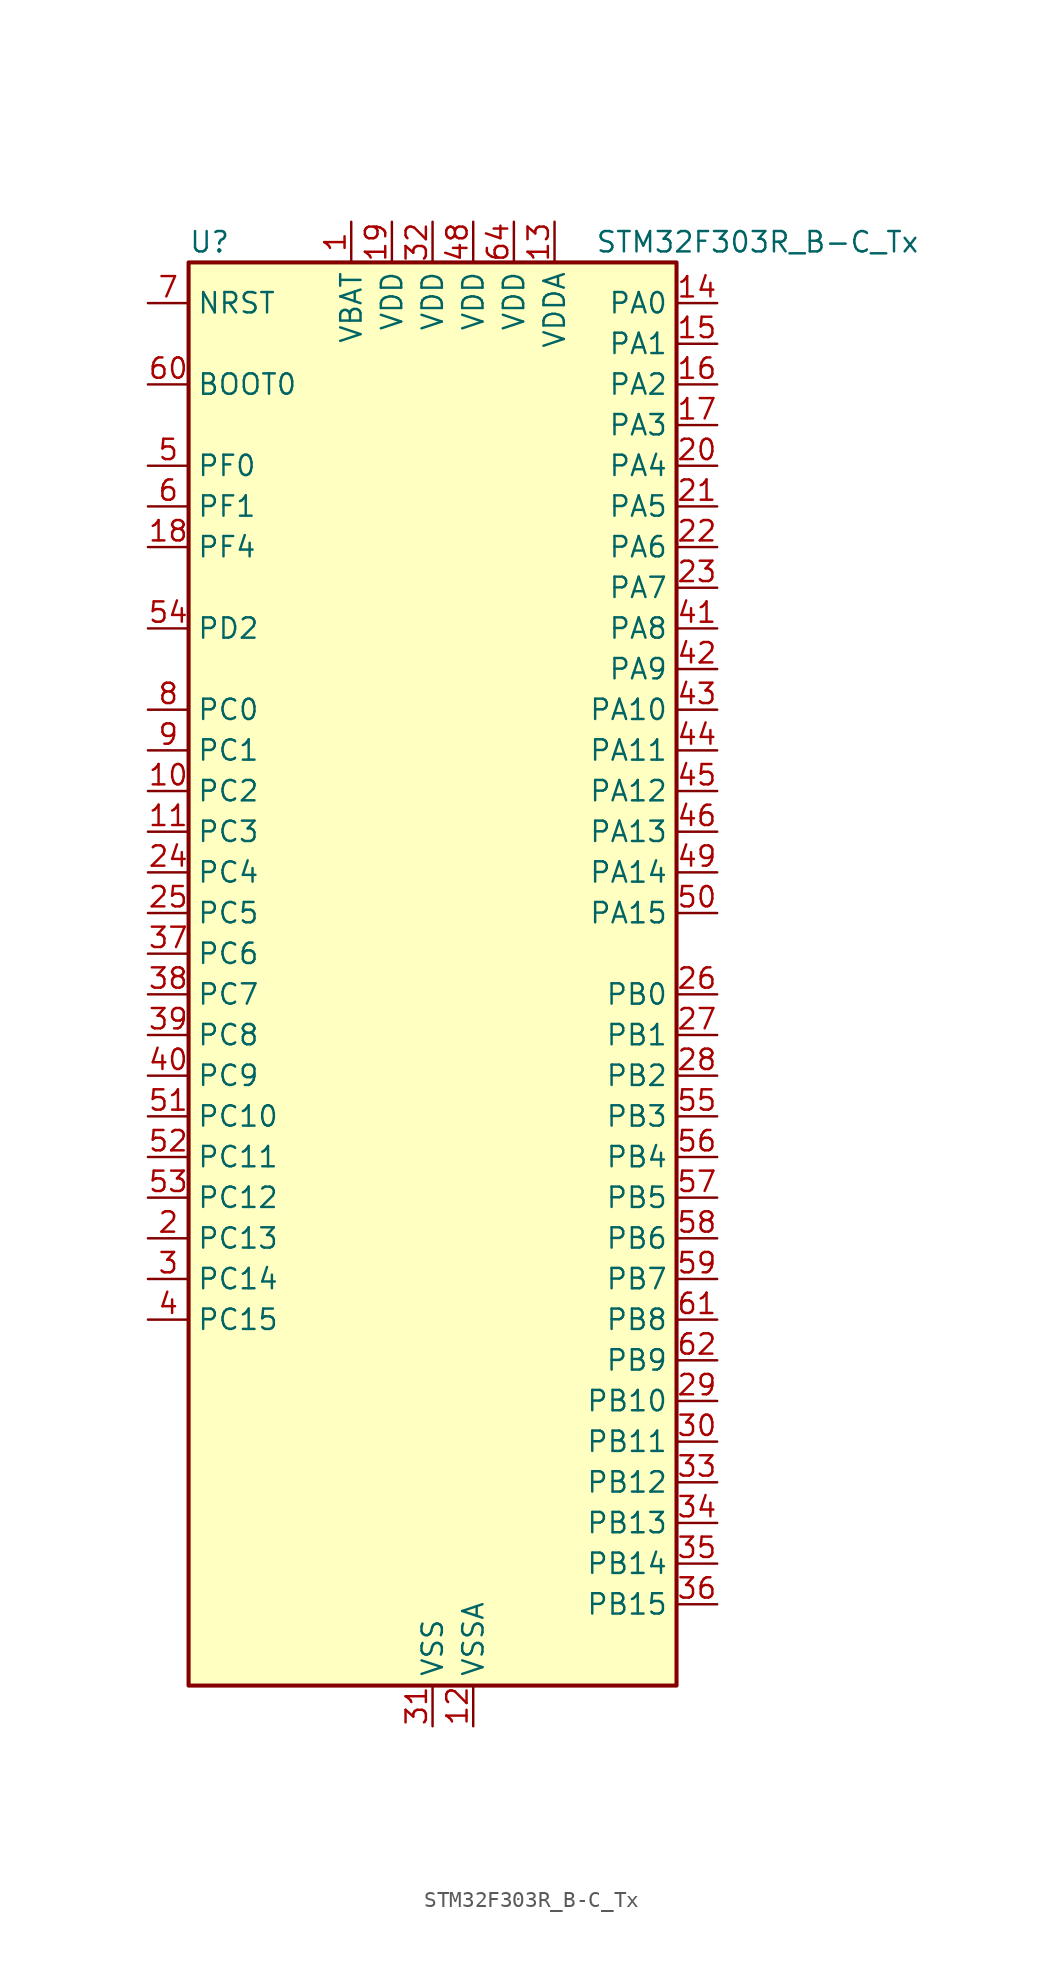
<source format=kicad_sym>
(kicad_symbol_lib
  (version 20231120)
  (generator "kicad_symbol_editor")
  (generator_version "8.0")
  (symbol "STM32F303R_B-C_Tx"
    (property "Reference" "U"
      (at -15.24 46.99 0)
      (effects (font (size 1.27 1.27)) (justify left)))
    (property "Value" "STM32F303R_B-C_Tx"
      (at 10.16 46.99 0)
      (effects (font (size 1.27 1.27)) (justify left)))
    (property "ki_locked" ""
      (at 0 0 0)
      (effects (font (size 1.27 1.27))))
    (symbol "STM32F303R_B-C_Tx_0_1"
      (rectangle (start -15.24 -43.18) (end 15.24 45.72) (stroke (width 0.254) (type default)) (fill (type background))))
    (symbol "STM32F303R_B-C_Tx_1_1"
      (pin power_in line (at -5.08 48.26 270) (length 2.54) (name "VBAT" (effects (font (size 1.27 1.27)))) (number "1" (effects (font (size 1.27 1.27)))))
      (pin bidirectional line (at -17.78 12.7 0) (length 2.54) (name "PC2" (effects (font (size 1.27 1.27)))) (number "10" (effects (font (size 1.27 1.27)))) (alternate "ADC1_IN8" bidirectional line) (alternate "ADC2_IN8" bidirectional line) (alternate "ADC3_EXTI2" bidirectional line) (alternate "ADC4_EXTI2" bidirectional line) (alternate "COMP7_OUT" bidirectional line))
      (pin bidirectional line (at -17.78 10.16 0) (length 2.54) (name "PC3" (effects (font (size 1.27 1.27)))) (number "11" (effects (font (size 1.27 1.27)))) (alternate "ADC1_IN9" bidirectional line) (alternate "ADC2_IN9" bidirectional line) (alternate "TIM1_BKIN2" bidirectional line))
      (pin power_in line (at 2.54 -45.72 90) (length 2.54) (name "VSSA" (effects (font (size 1.27 1.27)))) (number "12" (effects (font (size 1.27 1.27)))))
      (pin power_in line (at 7.62 48.26 270) (length 2.54) (name "VDDA" (effects (font (size 1.27 1.27)))) (number "13" (effects (font (size 1.27 1.27)))))
      (pin bidirectional line (at 17.78 43.18 180) (length 2.54) (name "PA0" (effects (font (size 1.27 1.27)))) (number "14" (effects (font (size 1.27 1.27)))) (alternate "ADC1_IN1" bidirectional line) (alternate "COMP1_INM" bidirectional line) (alternate "COMP1_OUT" bidirectional line) (alternate "COMP7_INP" bidirectional line) (alternate "RTC_TAMP2" bidirectional line) (alternate "SYS_WKUP1" bidirectional line) (alternate "TIM2_CH1" bidirectional line) (alternate "TIM2_ETR" bidirectional line) (alternate "TIM8_BKIN" bidirectional line) (alternate "TIM8_ETR" bidirectional line) (alternate "TSC_G1_IO1" bidirectional line) (alternate "USART2_CTS" bidirectional line))
      (pin bidirectional line (at 17.78 40.64 180) (length 2.54) (name "PA1" (effects (font (size 1.27 1.27)))) (number "15" (effects (font (size 1.27 1.27)))) (alternate "ADC1_IN2" bidirectional line) (alternate "COMP1_INP" bidirectional line) (alternate "OPAMP1_VINP" bidirectional line) (alternate "OPAMP1_VINP_SEC" bidirectional line) (alternate "OPAMP3_VINP" bidirectional line) (alternate "OPAMP3_VINP_SEC" bidirectional line) (alternate "RTC_REFIN" bidirectional line) (alternate "TIM15_CH1N" bidirectional line) (alternate "TIM2_CH2" bidirectional line) (alternate "TSC_G1_IO2" bidirectional line) (alternate "USART2_DE" bidirectional line) (alternate "USART2_RTS" bidirectional line))
      (pin bidirectional line (at 17.78 38.1 180) (length 2.54) (name "PA2" (effects (font (size 1.27 1.27)))) (number "16" (effects (font (size 1.27 1.27)))) (alternate "ADC1_IN3" bidirectional line) (alternate "ADC3_EXTI2" bidirectional line) (alternate "ADC4_EXTI2" bidirectional line) (alternate "COMP2_INM" bidirectional line) (alternate "COMP2_OUT" bidirectional line) (alternate "OPAMP1_VOUT" bidirectional line) (alternate "TIM15_CH1" bidirectional line) (alternate "TIM2_CH3" bidirectional line) (alternate "TSC_G1_IO3" bidirectional line) (alternate "USART2_TX" bidirectional line))
      (pin bidirectional line (at 17.78 35.56 180) (length 2.54) (name "PA3" (effects (font (size 1.27 1.27)))) (number "17" (effects (font (size 1.27 1.27)))) (alternate "ADC1_IN4" bidirectional line) (alternate "COMP2_INP" bidirectional line) (alternate "OPAMP1_VINM" bidirectional line) (alternate "OPAMP1_VINM_SEC" bidirectional line) (alternate "OPAMP1_VINP" bidirectional line) (alternate "OPAMP1_VINP_SEC" bidirectional line) (alternate "TIM15_CH2" bidirectional line) (alternate "TIM2_CH4" bidirectional line) (alternate "TSC_G1_IO4" bidirectional line) (alternate "USART2_RX" bidirectional line))
      (pin bidirectional line (at -17.78 27.94 0) (length 2.54) (name "PF4" (effects (font (size 1.27 1.27)))) (number "18" (effects (font (size 1.27 1.27)))) (alternate "ADC1_IN5" bidirectional line) (alternate "COMP1_OUT" bidirectional line))
      (pin power_in line (at -2.54 48.26 270) (length 2.54) (name "VDD" (effects (font (size 1.27 1.27)))) (number "19" (effects (font (size 1.27 1.27)))))
      (pin bidirectional line (at -17.78 -15.24 0) (length 2.54) (name "PC13" (effects (font (size 1.27 1.27)))) (number "2" (effects (font (size 1.27 1.27)))) (alternate "RTC_OUT_ALARM" bidirectional line) (alternate "RTC_OUT_CALIB" bidirectional line) (alternate "RTC_TAMP1" bidirectional line) (alternate "RTC_TS" bidirectional line) (alternate "SYS_WKUP2" bidirectional line) (alternate "TIM1_CH1N" bidirectional line))
      (pin bidirectional line (at 17.78 33.02 180) (length 2.54) (name "PA4" (effects (font (size 1.27 1.27)))) (number "20" (effects (font (size 1.27 1.27)))) (alternate "ADC2_IN1" bidirectional line) (alternate "COMP1_INM" bidirectional line) (alternate "COMP2_INM" bidirectional line) (alternate "COMP3_INM" bidirectional line) (alternate "COMP4_INM" bidirectional line) (alternate "COMP5_INM" bidirectional line) (alternate "COMP6_INM" bidirectional line) (alternate "COMP7_INM" bidirectional line) (alternate "DAC_OUT1" bidirectional line) (alternate "I2S3_WS" bidirectional line) (alternate "OPAMP4_VINP" bidirectional line) (alternate "OPAMP4_VINP_SEC" bidirectional line) (alternate "SPI1_NSS" bidirectional line) (alternate "SPI3_NSS" bidirectional line) (alternate "TIM3_CH2" bidirectional line) (alternate "TSC_G2_IO1" bidirectional line) (alternate "USART2_CK" bidirectional line))
      (pin bidirectional line (at 17.78 30.48 180) (length 2.54) (name "PA5" (effects (font (size 1.27 1.27)))) (number "21" (effects (font (size 1.27 1.27)))) (alternate "ADC2_IN2" bidirectional line) (alternate "COMP1_INM" bidirectional line) (alternate "COMP2_INM" bidirectional line) (alternate "COMP3_INM" bidirectional line) (alternate "COMP4_INM" bidirectional line) (alternate "COMP5_INM" bidirectional line) (alternate "COMP6_INM" bidirectional line) (alternate "COMP7_INM" bidirectional line) (alternate "DAC_OUT2" bidirectional line) (alternate "OPAMP1_VINP" bidirectional line) (alternate "OPAMP1_VINP_SEC" bidirectional line) (alternate "OPAMP2_VINM" bidirectional line) (alternate "OPAMP2_VINM_SEC" bidirectional line) (alternate "OPAMP3_VINP" bidirectional line) (alternate "OPAMP3_VINP_SEC" bidirectional line) (alternate "SPI1_SCK" bidirectional line) (alternate "TIM2_CH1" bidirectional line) (alternate "TIM2_ETR" bidirectional line) (alternate "TSC_G2_IO2" bidirectional line))
      (pin bidirectional line (at 17.78 27.94 180) (length 2.54) (name "PA6" (effects (font (size 1.27 1.27)))) (number "22" (effects (font (size 1.27 1.27)))) (alternate "ADC2_IN3" bidirectional line) (alternate "COMP1_OUT" bidirectional line) (alternate "OPAMP2_VOUT" bidirectional line) (alternate "SPI1_MISO" bidirectional line) (alternate "TIM16_CH1" bidirectional line) (alternate "TIM1_BKIN" bidirectional line) (alternate "TIM3_CH1" bidirectional line) (alternate "TIM8_BKIN" bidirectional line) (alternate "TSC_G2_IO3" bidirectional line))
      (pin bidirectional line (at 17.78 25.4 180) (length 2.54) (name "PA7" (effects (font (size 1.27 1.27)))) (number "23" (effects (font (size 1.27 1.27)))) (alternate "ADC2_IN4" bidirectional line) (alternate "COMP2_INP" bidirectional line) (alternate "COMP2_OUT" bidirectional line) (alternate "OPAMP1_VINP" bidirectional line) (alternate "OPAMP1_VINP_SEC" bidirectional line) (alternate "OPAMP2_VINP" bidirectional line) (alternate "OPAMP2_VINP_SEC" bidirectional line) (alternate "SPI1_MOSI" bidirectional line) (alternate "TIM17_CH1" bidirectional line) (alternate "TIM1_CH1N" bidirectional line) (alternate "TIM3_CH2" bidirectional line) (alternate "TIM8_CH1N" bidirectional line) (alternate "TSC_G2_IO4" bidirectional line))
      (pin bidirectional line (at -17.78 7.62 0) (length 2.54) (name "PC4" (effects (font (size 1.27 1.27)))) (number "24" (effects (font (size 1.27 1.27)))) (alternate "ADC2_IN5" bidirectional line) (alternate "USART1_TX" bidirectional line))
      (pin bidirectional line (at -17.78 5.08 0) (length 2.54) (name "PC5" (effects (font (size 1.27 1.27)))) (number "25" (effects (font (size 1.27 1.27)))) (alternate "ADC2_IN11" bidirectional line) (alternate "OPAMP1_VINM" bidirectional line) (alternate "OPAMP1_VINM_SEC" bidirectional line) (alternate "OPAMP2_VINM" bidirectional line) (alternate "OPAMP2_VINM_SEC" bidirectional line) (alternate "TSC_G3_IO1" bidirectional line) (alternate "USART1_RX" bidirectional line))
      (pin bidirectional line (at 17.78 0 180) (length 2.54) (name "PB0" (effects (font (size 1.27 1.27)))) (number "26" (effects (font (size 1.27 1.27)))) (alternate "ADC3_IN12" bidirectional line) (alternate "COMP4_INP" bidirectional line) (alternate "OPAMP2_VINP" bidirectional line) (alternate "OPAMP2_VINP_SEC" bidirectional line) (alternate "OPAMP3_VINP" bidirectional line) (alternate "OPAMP3_VINP_SEC" bidirectional line) (alternate "TIM1_CH2N" bidirectional line) (alternate "TIM3_CH3" bidirectional line) (alternate "TIM8_CH2N" bidirectional line) (alternate "TSC_G3_IO2" bidirectional line))
      (pin bidirectional line (at 17.78 -2.54 180) (length 2.54) (name "PB1" (effects (font (size 1.27 1.27)))) (number "27" (effects (font (size 1.27 1.27)))) (alternate "ADC3_IN1" bidirectional line) (alternate "COMP4_OUT" bidirectional line) (alternate "OPAMP3_VOUT" bidirectional line) (alternate "TIM1_CH3N" bidirectional line) (alternate "TIM3_CH4" bidirectional line) (alternate "TIM8_CH3N" bidirectional line) (alternate "TSC_G3_IO3" bidirectional line))
      (pin bidirectional line (at 17.78 -5.08 180) (length 2.54) (name "PB2" (effects (font (size 1.27 1.27)))) (number "28" (effects (font (size 1.27 1.27)))) (alternate "ADC2_IN12" bidirectional line) (alternate "ADC3_EXTI2" bidirectional line) (alternate "ADC4_EXTI2" bidirectional line) (alternate "COMP4_INM" bidirectional line) (alternate "OPAMP3_VINM" bidirectional line) (alternate "OPAMP3_VINM_SEC" bidirectional line) (alternate "TSC_G3_IO4" bidirectional line))
      (pin bidirectional line (at 17.78 -25.4 180) (length 2.54) (name "PB10" (effects (font (size 1.27 1.27)))) (number "29" (effects (font (size 1.27 1.27)))) (alternate "COMP5_INM" bidirectional line) (alternate "OPAMP3_VINM" bidirectional line) (alternate "OPAMP3_VINM_SEC" bidirectional line) (alternate "OPAMP4_VINM" bidirectional line) (alternate "OPAMP4_VINM_SEC" bidirectional line) (alternate "TIM2_CH3" bidirectional line) (alternate "TSC_SYNC" bidirectional line) (alternate "USART3_TX" bidirectional line))
      (pin bidirectional line (at -17.78 -17.78 0) (length 2.54) (name "PC14" (effects (font (size 1.27 1.27)))) (number "3" (effects (font (size 1.27 1.27)))) (alternate "RCC_OSC32_IN" bidirectional line))
      (pin bidirectional line (at 17.78 -27.94 180) (length 2.54) (name "PB11" (effects (font (size 1.27 1.27)))) (number "30" (effects (font (size 1.27 1.27)))) (alternate "ADC1_EXTI11" bidirectional line) (alternate "ADC2_EXTI11" bidirectional line) (alternate "COMP6_INP" bidirectional line) (alternate "OPAMP4_VINP" bidirectional line) (alternate "OPAMP4_VINP_SEC" bidirectional line) (alternate "TIM2_CH4" bidirectional line) (alternate "TSC_G6_IO1" bidirectional line) (alternate "USART3_RX" bidirectional line))
      (pin power_in line (at 0 -45.72 90) (length 2.54) (name "VSS" (effects (font (size 1.27 1.27)))) (number "31" (effects (font (size 1.27 1.27)))))
      (pin power_in line (at 0 48.26 270) (length 2.54) (name "VDD" (effects (font (size 1.27 1.27)))) (number "32" (effects (font (size 1.27 1.27)))))
      (pin bidirectional line (at 17.78 -30.48 180) (length 2.54) (name "PB12" (effects (font (size 1.27 1.27)))) (number "33" (effects (font (size 1.27 1.27)))) (alternate "ADC4_IN3" bidirectional line) (alternate "COMP3_INM" bidirectional line) (alternate "I2C2_SMBA" bidirectional line) (alternate "I2S2_WS" bidirectional line) (alternate "OPAMP4_VOUT" bidirectional line) (alternate "SPI2_NSS" bidirectional line) (alternate "TIM1_BKIN" bidirectional line) (alternate "TSC_G6_IO2" bidirectional line) (alternate "USART3_CK" bidirectional line))
      (pin bidirectional line (at 17.78 -33.02 180) (length 2.54) (name "PB13" (effects (font (size 1.27 1.27)))) (number "34" (effects (font (size 1.27 1.27)))) (alternate "ADC3_IN5" bidirectional line) (alternate "COMP5_INP" bidirectional line) (alternate "I2S2_CK" bidirectional line) (alternate "OPAMP3_VINP" bidirectional line) (alternate "OPAMP3_VINP_SEC" bidirectional line) (alternate "OPAMP4_VINP" bidirectional line) (alternate "OPAMP4_VINP_SEC" bidirectional line) (alternate "SPI2_SCK" bidirectional line) (alternate "TIM1_CH1N" bidirectional line) (alternate "TSC_G6_IO3" bidirectional line) (alternate "USART3_CTS" bidirectional line))
      (pin bidirectional line (at 17.78 -35.56 180) (length 2.54) (name "PB14" (effects (font (size 1.27 1.27)))) (number "35" (effects (font (size 1.27 1.27)))) (alternate "ADC4_IN4" bidirectional line) (alternate "COMP3_INP" bidirectional line) (alternate "I2S2_ext_SD" bidirectional line) (alternate "OPAMP2_VINP" bidirectional line) (alternate "OPAMP2_VINP_SEC" bidirectional line) (alternate "SPI2_MISO" bidirectional line) (alternate "TIM15_CH1" bidirectional line) (alternate "TIM1_CH2N" bidirectional line) (alternate "TSC_G6_IO4" bidirectional line) (alternate "USART3_DE" bidirectional line) (alternate "USART3_RTS" bidirectional line))
      (pin bidirectional line (at 17.78 -38.1 180) (length 2.54) (name "PB15" (effects (font (size 1.27 1.27)))) (number "36" (effects (font (size 1.27 1.27)))) (alternate "ADC1_EXTI15" bidirectional line) (alternate "ADC2_EXTI15" bidirectional line) (alternate "ADC4_IN5" bidirectional line) (alternate "COMP6_INM" bidirectional line) (alternate "I2S2_SD" bidirectional line) (alternate "RTC_REFIN" bidirectional line) (alternate "SPI2_MOSI" bidirectional line) (alternate "TIM15_CH1N" bidirectional line) (alternate "TIM15_CH2" bidirectional line) (alternate "TIM1_CH3N" bidirectional line))
      (pin bidirectional line (at -17.78 2.54 0) (length 2.54) (name "PC6" (effects (font (size 1.27 1.27)))) (number "37" (effects (font (size 1.27 1.27)))) (alternate "COMP6_OUT" bidirectional line) (alternate "I2S2_MCK" bidirectional line) (alternate "TIM3_CH1" bidirectional line) (alternate "TIM8_CH1" bidirectional line))
      (pin bidirectional line (at -17.78 0 0) (length 2.54) (name "PC7" (effects (font (size 1.27 1.27)))) (number "38" (effects (font (size 1.27 1.27)))) (alternate "COMP5_OUT" bidirectional line) (alternate "I2S3_MCK" bidirectional line) (alternate "TIM3_CH2" bidirectional line) (alternate "TIM8_CH2" bidirectional line))
      (pin bidirectional line (at -17.78 -2.54 0) (length 2.54) (name "PC8" (effects (font (size 1.27 1.27)))) (number "39" (effects (font (size 1.27 1.27)))) (alternate "COMP3_OUT" bidirectional line) (alternate "TIM3_CH3" bidirectional line) (alternate "TIM8_CH3" bidirectional line))
      (pin bidirectional line (at -17.78 -20.32 0) (length 2.54) (name "PC15" (effects (font (size 1.27 1.27)))) (number "4" (effects (font (size 1.27 1.27)))) (alternate "ADC1_EXTI15" bidirectional line) (alternate "ADC2_EXTI15" bidirectional line) (alternate "RCC_OSC32_OUT" bidirectional line))
      (pin bidirectional line (at -17.78 -5.08 0) (length 2.54) (name "PC9" (effects (font (size 1.27 1.27)))) (number "40" (effects (font (size 1.27 1.27)))) (alternate "DAC_EXTI9" bidirectional line) (alternate "I2S_CKIN" bidirectional line) (alternate "TIM3_CH4" bidirectional line) (alternate "TIM8_BKIN2" bidirectional line) (alternate "TIM8_CH4" bidirectional line))
      (pin bidirectional line (at 17.78 22.86 180) (length 2.54) (name "PA8" (effects (font (size 1.27 1.27)))) (number "41" (effects (font (size 1.27 1.27)))) (alternate "COMP3_OUT" bidirectional line) (alternate "I2C2_SMBA" bidirectional line) (alternate "I2S2_MCK" bidirectional line) (alternate "RCC_MCO" bidirectional line) (alternate "TIM1_CH1" bidirectional line) (alternate "TIM4_ETR" bidirectional line) (alternate "USART1_CK" bidirectional line))
      (pin bidirectional line (at 17.78 20.32 180) (length 2.54) (name "PA9" (effects (font (size 1.27 1.27)))) (number "42" (effects (font (size 1.27 1.27)))) (alternate "COMP5_OUT" bidirectional line) (alternate "DAC_EXTI9" bidirectional line) (alternate "I2C2_SCL" bidirectional line) (alternate "I2S3_MCK" bidirectional line) (alternate "TIM15_BKIN" bidirectional line) (alternate "TIM1_CH2" bidirectional line) (alternate "TIM2_CH3" bidirectional line) (alternate "TSC_G4_IO1" bidirectional line) (alternate "USART1_TX" bidirectional line))
      (pin bidirectional line (at 17.78 17.78 180) (length 2.54) (name "PA10" (effects (font (size 1.27 1.27)))) (number "43" (effects (font (size 1.27 1.27)))) (alternate "COMP6_OUT" bidirectional line) (alternate "I2C2_SDA" bidirectional line) (alternate "TIM17_BKIN" bidirectional line) (alternate "TIM1_CH3" bidirectional line) (alternate "TIM2_CH4" bidirectional line) (alternate "TIM8_BKIN" bidirectional line) (alternate "TSC_G4_IO2" bidirectional line) (alternate "USART1_RX" bidirectional line))
      (pin bidirectional line (at 17.78 15.24 180) (length 2.54) (name "PA11" (effects (font (size 1.27 1.27)))) (number "44" (effects (font (size 1.27 1.27)))) (alternate "ADC1_EXTI11" bidirectional line) (alternate "ADC2_EXTI11" bidirectional line) (alternate "CAN_RX" bidirectional line) (alternate "COMP1_OUT" bidirectional line) (alternate "TIM1_BKIN2" bidirectional line) (alternate "TIM1_CH1N" bidirectional line) (alternate "TIM1_CH4" bidirectional line) (alternate "TIM4_CH1" bidirectional line) (alternate "USART1_CTS" bidirectional line) (alternate "USB_DM" bidirectional line))
      (pin bidirectional line (at 17.78 12.7 180) (length 2.54) (name "PA12" (effects (font (size 1.27 1.27)))) (number "45" (effects (font (size 1.27 1.27)))) (alternate "CAN_TX" bidirectional line) (alternate "COMP2_OUT" bidirectional line) (alternate "TIM16_CH1" bidirectional line) (alternate "TIM1_CH2N" bidirectional line) (alternate "TIM1_ETR" bidirectional line) (alternate "TIM4_CH2" bidirectional line) (alternate "USART1_DE" bidirectional line) (alternate "USART1_RTS" bidirectional line) (alternate "USB_DP" bidirectional line))
      (pin bidirectional line (at 17.78 10.16 180) (length 2.54) (name "PA13" (effects (font (size 1.27 1.27)))) (number "46" (effects (font (size 1.27 1.27)))) (alternate "IR_OUT" bidirectional line) (alternate "SYS_JTMS-SWDIO" bidirectional line) (alternate "TIM16_CH1N" bidirectional line) (alternate "TIM4_CH3" bidirectional line) (alternate "TSC_G4_IO3" bidirectional line) (alternate "USART3_CTS" bidirectional line))
      (pin passive line (at 0 -45.72 90) (length 2.54) hide (name "VSS" (effects (font (size 1.27 1.27)))) (number "47" (effects (font (size 1.27 1.27)))))
      (pin power_in line (at 2.54 48.26 270) (length 2.54) (name "VDD" (effects (font (size 1.27 1.27)))) (number "48" (effects (font (size 1.27 1.27)))))
      (pin bidirectional line (at 17.78 7.62 180) (length 2.54) (name "PA14" (effects (font (size 1.27 1.27)))) (number "49" (effects (font (size 1.27 1.27)))) (alternate "I2C1_SDA" bidirectional line) (alternate "SYS_JTCK-SWCLK" bidirectional line) (alternate "TIM1_BKIN" bidirectional line) (alternate "TIM8_CH2" bidirectional line) (alternate "TSC_G4_IO4" bidirectional line) (alternate "USART2_TX" bidirectional line))
      (pin bidirectional line (at -17.78 33.02 0) (length 2.54) (name "PF0" (effects (font (size 1.27 1.27)))) (number "5" (effects (font (size 1.27 1.27)))) (alternate "I2C2_SDA" bidirectional line) (alternate "RCC_OSC_IN" bidirectional line) (alternate "TIM1_CH3N" bidirectional line))
      (pin bidirectional line (at 17.78 5.08 180) (length 2.54) (name "PA15" (effects (font (size 1.27 1.27)))) (number "50" (effects (font (size 1.27 1.27)))) (alternate "ADC1_EXTI15" bidirectional line) (alternate "ADC2_EXTI15" bidirectional line) (alternate "I2C1_SCL" bidirectional line) (alternate "I2S3_WS" bidirectional line) (alternate "SPI1_NSS" bidirectional line) (alternate "SPI3_NSS" bidirectional line) (alternate "SYS_JTDI" bidirectional line) (alternate "TIM1_BKIN" bidirectional line) (alternate "TIM2_CH1" bidirectional line) (alternate "TIM2_ETR" bidirectional line) (alternate "TIM8_CH1" bidirectional line) (alternate "USART2_RX" bidirectional line))
      (pin bidirectional line (at -17.78 -7.62 0) (length 2.54) (name "PC10" (effects (font (size 1.27 1.27)))) (number "51" (effects (font (size 1.27 1.27)))) (alternate "I2S3_CK" bidirectional line) (alternate "SPI3_SCK" bidirectional line) (alternate "TIM8_CH1N" bidirectional line) (alternate "UART4_TX" bidirectional line) (alternate "USART3_TX" bidirectional line))
      (pin bidirectional line (at -17.78 -10.16 0) (length 2.54) (name "PC11" (effects (font (size 1.27 1.27)))) (number "52" (effects (font (size 1.27 1.27)))) (alternate "ADC1_EXTI11" bidirectional line) (alternate "ADC2_EXTI11" bidirectional line) (alternate "I2S3_ext_SD" bidirectional line) (alternate "SPI3_MISO" bidirectional line) (alternate "TIM8_CH2N" bidirectional line) (alternate "UART4_RX" bidirectional line) (alternate "USART3_RX" bidirectional line))
      (pin bidirectional line (at -17.78 -12.7 0) (length 2.54) (name "PC12" (effects (font (size 1.27 1.27)))) (number "53" (effects (font (size 1.27 1.27)))) (alternate "I2S3_SD" bidirectional line) (alternate "SPI3_MOSI" bidirectional line) (alternate "TIM8_CH3N" bidirectional line) (alternate "UART5_TX" bidirectional line) (alternate "USART3_CK" bidirectional line))
      (pin bidirectional line (at -17.78 22.86 0) (length 2.54) (name "PD2" (effects (font (size 1.27 1.27)))) (number "54" (effects (font (size 1.27 1.27)))) (alternate "ADC3_EXTI2" bidirectional line) (alternate "ADC4_EXTI2" bidirectional line) (alternate "TIM3_ETR" bidirectional line) (alternate "TIM8_BKIN" bidirectional line) (alternate "UART5_RX" bidirectional line))
      (pin bidirectional line (at 17.78 -7.62 180) (length 2.54) (name "PB3" (effects (font (size 1.27 1.27)))) (number "55" (effects (font (size 1.27 1.27)))) (alternate "I2S3_CK" bidirectional line) (alternate "SPI1_SCK" bidirectional line) (alternate "SPI3_SCK" bidirectional line) (alternate "SYS_JTDO-TRACESWO" bidirectional line) (alternate "TIM2_CH2" bidirectional line) (alternate "TIM3_ETR" bidirectional line) (alternate "TIM4_ETR" bidirectional line) (alternate "TIM8_CH1N" bidirectional line) (alternate "TSC_G5_IO1" bidirectional line) (alternate "USART2_TX" bidirectional line))
      (pin bidirectional line (at 17.78 -10.16 180) (length 2.54) (name "PB4" (effects (font (size 1.27 1.27)))) (number "56" (effects (font (size 1.27 1.27)))) (alternate "I2S3_ext_SD" bidirectional line) (alternate "SPI1_MISO" bidirectional line) (alternate "SPI3_MISO" bidirectional line) (alternate "SYS_NJTRST" bidirectional line) (alternate "TIM16_CH1" bidirectional line) (alternate "TIM17_BKIN" bidirectional line) (alternate "TIM3_CH1" bidirectional line) (alternate "TIM8_CH2N" bidirectional line) (alternate "TSC_G5_IO2" bidirectional line) (alternate "USART2_RX" bidirectional line))
      (pin bidirectional line (at 17.78 -12.7 180) (length 2.54) (name "PB5" (effects (font (size 1.27 1.27)))) (number "57" (effects (font (size 1.27 1.27)))) (alternate "I2C1_SMBA" bidirectional line) (alternate "I2S3_SD" bidirectional line) (alternate "SPI1_MOSI" bidirectional line) (alternate "SPI3_MOSI" bidirectional line) (alternate "TIM16_BKIN" bidirectional line) (alternate "TIM17_CH1" bidirectional line) (alternate "TIM3_CH2" bidirectional line) (alternate "TIM8_CH3N" bidirectional line) (alternate "USART2_CK" bidirectional line))
      (pin bidirectional line (at 17.78 -15.24 180) (length 2.54) (name "PB6" (effects (font (size 1.27 1.27)))) (number "58" (effects (font (size 1.27 1.27)))) (alternate "I2C1_SCL" bidirectional line) (alternate "TIM16_CH1N" bidirectional line) (alternate "TIM4_CH1" bidirectional line) (alternate "TIM8_BKIN2" bidirectional line) (alternate "TIM8_CH1" bidirectional line) (alternate "TIM8_ETR" bidirectional line) (alternate "TSC_G5_IO3" bidirectional line) (alternate "USART1_TX" bidirectional line))
      (pin bidirectional line (at 17.78 -17.78 180) (length 2.54) (name "PB7" (effects (font (size 1.27 1.27)))) (number "59" (effects (font (size 1.27 1.27)))) (alternate "I2C1_SDA" bidirectional line) (alternate "TIM17_CH1N" bidirectional line) (alternate "TIM3_CH4" bidirectional line) (alternate "TIM4_CH2" bidirectional line) (alternate "TIM8_BKIN" bidirectional line) (alternate "TSC_G5_IO4" bidirectional line) (alternate "USART1_RX" bidirectional line))
      (pin bidirectional line (at -17.78 30.48 0) (length 2.54) (name "PF1" (effects (font (size 1.27 1.27)))) (number "6" (effects (font (size 1.27 1.27)))) (alternate "I2C2_SCL" bidirectional line) (alternate "RCC_OSC_OUT" bidirectional line))
      (pin input line (at -17.78 38.1 0) (length 2.54) (name "BOOT0" (effects (font (size 1.27 1.27)))) (number "60" (effects (font (size 1.27 1.27)))))
      (pin bidirectional line (at 17.78 -20.32 180) (length 2.54) (name "PB8" (effects (font (size 1.27 1.27)))) (number "61" (effects (font (size 1.27 1.27)))) (alternate "CAN_RX" bidirectional line) (alternate "COMP1_OUT" bidirectional line) (alternate "I2C1_SCL" bidirectional line) (alternate "TIM16_CH1" bidirectional line) (alternate "TIM1_BKIN" bidirectional line) (alternate "TIM4_CH3" bidirectional line) (alternate "TIM8_CH2" bidirectional line) (alternate "TSC_SYNC" bidirectional line))
      (pin bidirectional line (at 17.78 -22.86 180) (length 2.54) (name "PB9" (effects (font (size 1.27 1.27)))) (number "62" (effects (font (size 1.27 1.27)))) (alternate "CAN_TX" bidirectional line) (alternate "COMP2_OUT" bidirectional line) (alternate "DAC_EXTI9" bidirectional line) (alternate "I2C1_SDA" bidirectional line) (alternate "IR_OUT" bidirectional line) (alternate "TIM17_CH1" bidirectional line) (alternate "TIM4_CH4" bidirectional line) (alternate "TIM8_CH3" bidirectional line))
      (pin passive line (at 0 -45.72 90) (length 2.54) hide (name "VSS" (effects (font (size 1.27 1.27)))) (number "63" (effects (font (size 1.27 1.27)))))
      (pin power_in line (at 5.08 48.26 270) (length 2.54) (name "VDD" (effects (font (size 1.27 1.27)))) (number "64" (effects (font (size 1.27 1.27)))))
      (pin input line (at -17.78 43.18 0) (length 2.54) (name "NRST" (effects (font (size 1.27 1.27)))) (number "7" (effects (font (size 1.27 1.27)))))
      (pin bidirectional line (at -17.78 17.78 0) (length 2.54) (name "PC0" (effects (font (size 1.27 1.27)))) (number "8" (effects (font (size 1.27 1.27)))) (alternate "ADC1_IN6" bidirectional line) (alternate "ADC2_IN6" bidirectional line) (alternate "COMP7_INM" bidirectional line))
      (pin bidirectional line (at -17.78 15.24 0) (length 2.54) (name "PC1" (effects (font (size 1.27 1.27)))) (number "9" (effects (font (size 1.27 1.27)))) (alternate "ADC1_IN7" bidirectional line) (alternate "ADC2_IN7" bidirectional line) (alternate "COMP7_INP" bidirectional line)))))
</source>
